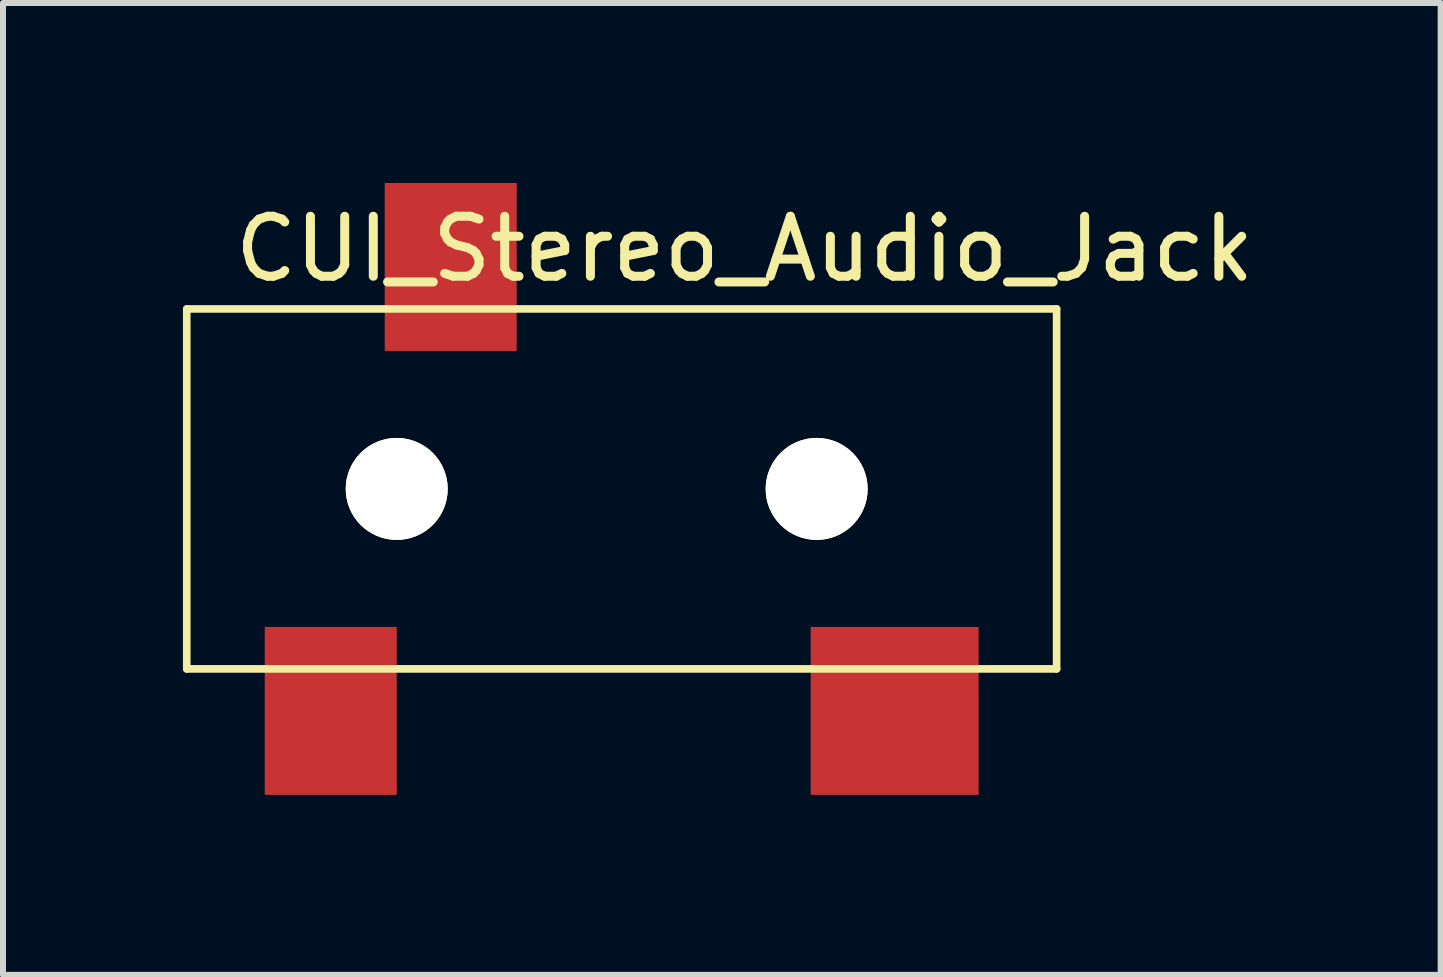
<source format=kicad_pcb>
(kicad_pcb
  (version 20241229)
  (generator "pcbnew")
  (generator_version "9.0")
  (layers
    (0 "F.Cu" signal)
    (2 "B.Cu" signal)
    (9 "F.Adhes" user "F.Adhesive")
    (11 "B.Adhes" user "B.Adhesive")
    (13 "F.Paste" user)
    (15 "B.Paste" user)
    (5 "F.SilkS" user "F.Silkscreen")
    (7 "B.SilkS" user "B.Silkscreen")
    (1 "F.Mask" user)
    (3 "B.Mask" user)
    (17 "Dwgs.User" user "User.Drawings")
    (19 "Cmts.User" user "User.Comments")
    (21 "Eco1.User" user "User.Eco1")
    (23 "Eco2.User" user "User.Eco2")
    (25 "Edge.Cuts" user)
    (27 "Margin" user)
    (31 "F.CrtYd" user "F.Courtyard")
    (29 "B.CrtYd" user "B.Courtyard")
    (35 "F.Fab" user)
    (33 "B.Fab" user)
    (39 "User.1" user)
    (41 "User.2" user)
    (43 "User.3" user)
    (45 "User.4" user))
  (footprint "CUI_Stereo_Audio_Jack"
    (layer "F.Cu")
    (at 3.563 5.1)
    (property "Reference" "CUI_Stereo_Audio_Jack" (at 5.8 -4 0) (layer "F.SilkS") (effects (font (size 1 1) (thickness 0.15))))
    (attr through_hole)
    (fp_line (start -3.5 -3) (end 11 -3) (stroke (width 0.127) (type solid)) (layer "F.SilkS"))
    (fp_line (start -3.5 3) (end -3.5 -3) (stroke (width 0.127) (type solid)) (layer "F.SilkS"))
    (fp_line (start 11 -3) (end 11 3) (stroke (width 0.127) (type solid)) (layer "F.SilkS"))
    (fp_line (start 11 3) (end -3.5 3) (stroke (width 0.127) (type solid)) (layer "F.SilkS"))
    (pad "" np_thru_hole circle (at 0 0) (size 1.7 1.7) (drill 1.7) (layers "*.Cu" "*.Mask" "F.SilkS"))
    (pad "" np_thru_hole circle (at 7 0) (size 1.7 1.7) (drill 1.7) (layers "*.Cu" "*.Mask" "F.SilkS"))
    (pad "1" smd rect (at -1.1 3.7) (size 2.2 2.8) (layers "F.Cu" "F.Mask" "F.Paste"))
    (pad "2" smd rect (at 8.3 3.7) (size 2.8 2.8) (layers "F.Cu" "F.Mask" "F.Paste"))
    (pad "3" smd rect (at 0.9 -3.7) (size 2.2 2.8) (layers "F.Cu" "F.Mask" "F.Paste")))
  (gr_rect
    (start -3 -3)
    (end 20.965 13.2)
    (stroke (width 0.1) (type default))
    (fill no)
    (layer "Edge.Cuts")))
</source>
